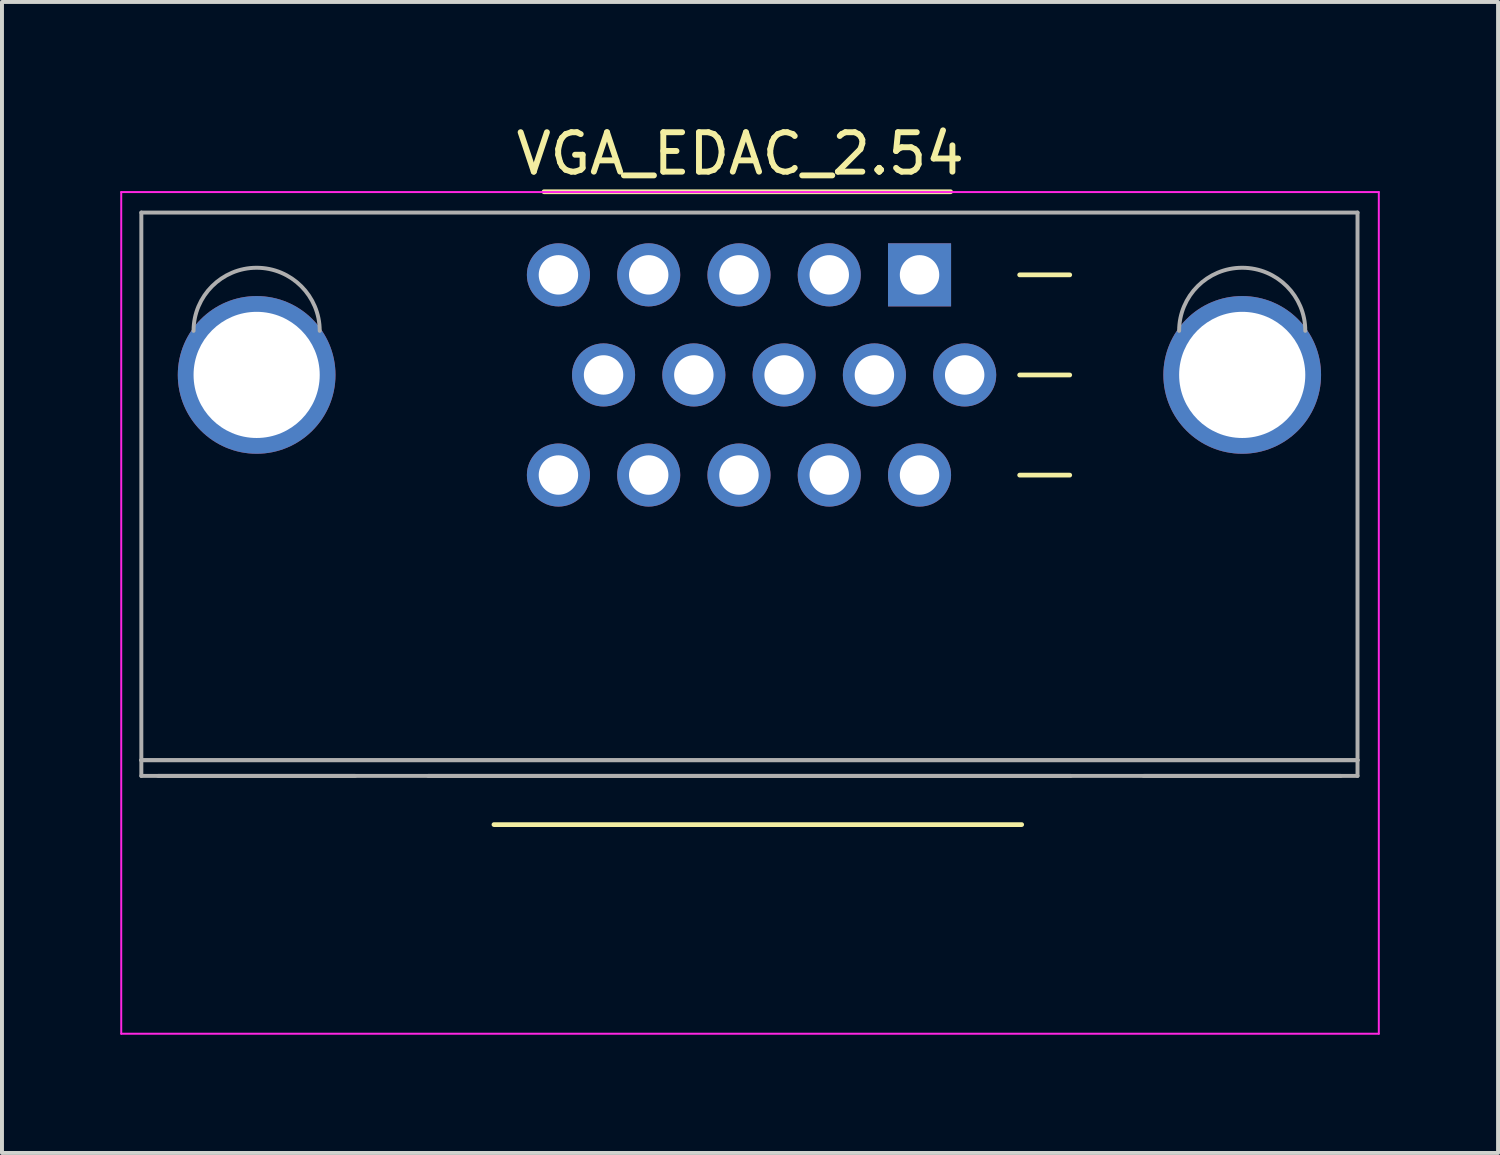
<source format=kicad_pcb>
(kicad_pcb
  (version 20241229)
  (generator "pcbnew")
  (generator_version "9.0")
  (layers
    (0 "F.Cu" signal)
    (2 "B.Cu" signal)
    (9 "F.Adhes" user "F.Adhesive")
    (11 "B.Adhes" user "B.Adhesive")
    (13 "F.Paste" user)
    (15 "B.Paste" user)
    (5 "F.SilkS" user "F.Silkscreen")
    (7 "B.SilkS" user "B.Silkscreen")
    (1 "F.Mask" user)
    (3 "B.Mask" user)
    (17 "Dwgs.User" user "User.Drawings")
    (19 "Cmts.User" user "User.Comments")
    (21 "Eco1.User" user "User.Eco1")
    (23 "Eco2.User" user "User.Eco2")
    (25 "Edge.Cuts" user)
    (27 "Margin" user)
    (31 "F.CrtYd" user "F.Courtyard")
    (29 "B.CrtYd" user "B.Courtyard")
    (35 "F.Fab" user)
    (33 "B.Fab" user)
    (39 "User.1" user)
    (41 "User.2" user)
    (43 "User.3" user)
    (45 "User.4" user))
  (footprint "VGA_EDAC_2.54"
    (layer "F.Cu")
    (at 20.275 3.922)
    (property "Reference" "VGA_EDAC_2.54" (at -4.547 -3.073 0) (layer "F.SilkS") (effects (font (size 1 1) (thickness 0.15))))
    (attr through_hole)
    (fp_line (start -10.795 13.945) (end 2.591 13.945) (stroke (width 0.12) (type solid)) (layer "F.SilkS"))
    (fp_line (start -9.525 -2.108) (end 0.787 -2.108) (stroke (width 0.12) (type solid)) (layer "F.SilkS"))
    (fp_line (start 2.54 0) (end 3.81 0) (stroke (width 0.12) (type solid)) (layer "F.SilkS"))
    (fp_line (start 2.54 2.54) (end 3.81 2.54) (stroke (width 0.12) (type solid)) (layer "F.SilkS"))
    (fp_line (start 2.54 5.08) (end 3.81 5.08) (stroke (width 0.12) (type solid)) (layer "F.SilkS"))
    (fp_line (start -20.25 -2.1) (end -20.25 19.25) (stroke (width 0.05) (type solid)) (layer "F.CrtYd"))
    (fp_line (start -20.25 19.25) (end 11.65 19.25) (stroke (width 0.05) (type solid)) (layer "F.CrtYd"))
    (fp_line (start 11.65 -2.1) (end -20.25 -2.1) (stroke (width 0.05) (type solid)) (layer "F.CrtYd"))
    (fp_line (start 11.65 19.25) (end 11.65 -2.1) (stroke (width 0.05) (type solid)) (layer "F.CrtYd"))
    (fp_line (start -19.74 -1.58) (end -19.74 12.31) (stroke (width 0.1) (type solid)) (layer "F.Fab"))
    (fp_line (start -19.74 12.31) (end -19.74 12.71) (stroke (width 0.1) (type solid)) (layer "F.Fab"))
    (fp_line (start -19.74 12.31) (end 11.11 12.31) (stroke (width 0.1) (type solid)) (layer "F.Fab"))
    (fp_line (start -19.74 12.71) (end 11.11 12.71) (stroke (width 0.1) (type solid)) (layer "F.Fab"))
    (fp_line (start -14.315 12.71) (end -19.315 12.71) (stroke (width 0.1) (type solid)) (layer "F.Fab"))
    (fp_line (start 3.835 12.71) (end -12.465 12.71) (stroke (width 0.1) (type solid)) (layer "F.Fab"))
    (fp_line (start 10.685 12.71) (end 5.685 12.71) (stroke (width 0.1) (type solid)) (layer "F.Fab"))
    (fp_line (start 11.11 -1.58) (end -19.74 -1.58) (stroke (width 0.1) (type solid)) (layer "F.Fab"))
    (fp_line (start 11.11 12.31) (end -19.74 12.31) (stroke (width 0.1) (type solid)) (layer "F.Fab"))
    (fp_line (start 11.11 12.31) (end 11.11 -1.58) (stroke (width 0.1) (type solid)) (layer "F.Fab"))
    (fp_line (start 11.11 12.71) (end 11.11 12.31) (stroke (width 0.1) (type solid)) (layer "F.Fab"))
    (fp_arc (start -18.415 1.42) (mid -16.815 -0.18) (end -15.215 1.42) (stroke (width 0.1) (type solid)) (layer "F.Fab"))
    (fp_arc (start 6.585 1.42) (mid 8.185 -0.18) (end 9.785 1.42) (stroke (width 0.1) (type solid)) (layer "F.Fab"))
    (pad "0" thru_hole circle (at -16.815 2.538) (size 4 4) (drill 3.2) (layers "*.Cu" "*.Mask"))
    (pad "0" thru_hole circle (at 8.185 2.538) (size 4 4) (drill 3.2) (layers "*.Cu" "*.Mask"))
    (pad "1" thru_hole rect (at 0 0) (size 1.6 1.6) (drill 1) (layers "*.Cu" "*.Mask"))
    (pad "2" thru_hole circle (at -2.29 0) (size 1.6 1.6) (drill 1) (layers "*.Cu" "*.Mask"))
    (pad "3" thru_hole circle (at -4.58 0) (size 1.6 1.6) (drill 1) (layers "*.Cu" "*.Mask"))
    (pad "4" thru_hole circle (at -6.87 0) (size 1.6 1.6) (drill 1) (layers "*.Cu" "*.Mask"))
    (pad "5" thru_hole circle (at -9.16 0) (size 1.6 1.6) (drill 1) (layers "*.Cu" "*.Mask"))
    (pad "6" thru_hole circle (at 1.145 2.539) (size 1.6 1.6) (drill 1) (layers "*.Cu" "*.Mask"))
    (pad "7" thru_hole circle (at -1.145 2.539) (size 1.6 1.6) (drill 1) (layers "*.Cu" "*.Mask"))
    (pad "8" thru_hole circle (at -3.435 2.539) (size 1.6 1.6) (drill 1) (layers "*.Cu" "*.Mask"))
    (pad "9" thru_hole circle (at -5.725 2.539) (size 1.6 1.6) (drill 1) (layers "*.Cu" "*.Mask"))
    (pad "10" thru_hole circle (at -8.015 2.539) (size 1.6 1.6) (drill 1) (layers "*.Cu" "*.Mask"))
    (pad "11" thru_hole circle (at 0 5.078) (size 1.6 1.6) (drill 1) (layers "*.Cu" "*.Mask"))
    (pad "12" thru_hole circle (at -2.29 5.078) (size 1.6 1.6) (drill 1) (layers "*.Cu" "*.Mask"))
    (pad "13" thru_hole circle (at -4.58 5.078) (size 1.6 1.6) (drill 1) (layers "*.Cu" "*.Mask"))
    (pad "14" thru_hole circle (at -6.87 5.078) (size 1.6 1.6) (drill 1) (layers "*.Cu" "*.Mask"))
    (pad "15" thru_hole circle (at -9.16 5.078) (size 1.6 1.6) (drill 1) (layers "*.Cu" "*.Mask")))
  (gr_rect
    (start -3 -3)
    (end 34.95 26.197)
    (stroke (width 0.1) (type default))
    (fill no)
    (layer "Edge.Cuts")))
</source>
